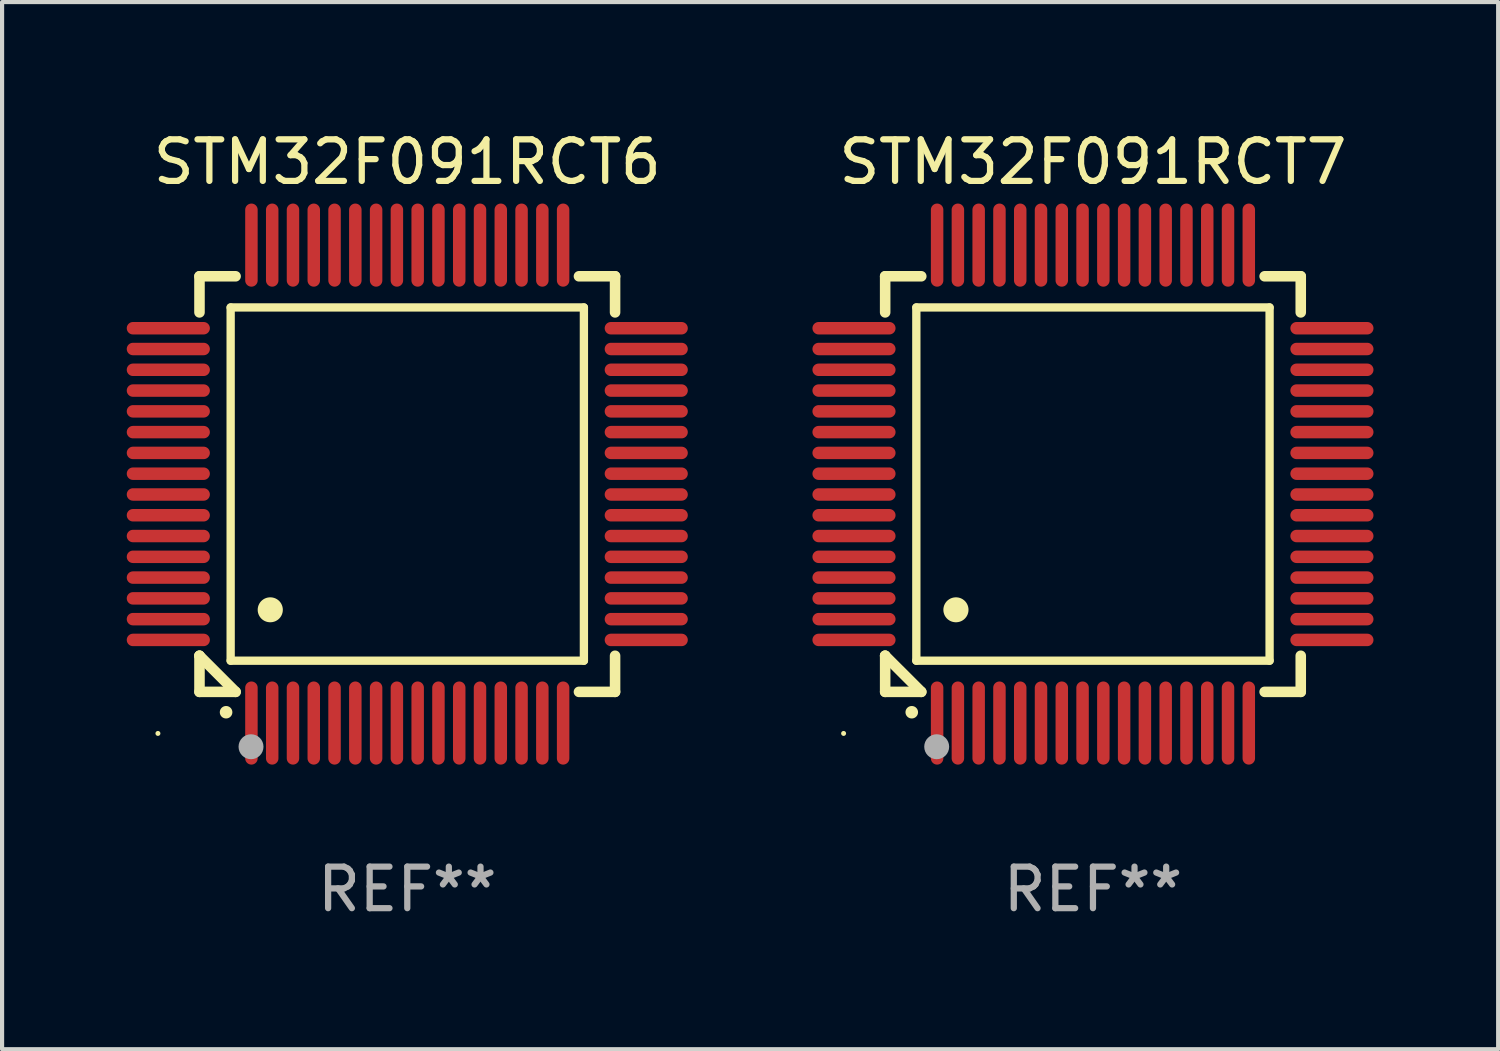
<source format=kicad_pcb>
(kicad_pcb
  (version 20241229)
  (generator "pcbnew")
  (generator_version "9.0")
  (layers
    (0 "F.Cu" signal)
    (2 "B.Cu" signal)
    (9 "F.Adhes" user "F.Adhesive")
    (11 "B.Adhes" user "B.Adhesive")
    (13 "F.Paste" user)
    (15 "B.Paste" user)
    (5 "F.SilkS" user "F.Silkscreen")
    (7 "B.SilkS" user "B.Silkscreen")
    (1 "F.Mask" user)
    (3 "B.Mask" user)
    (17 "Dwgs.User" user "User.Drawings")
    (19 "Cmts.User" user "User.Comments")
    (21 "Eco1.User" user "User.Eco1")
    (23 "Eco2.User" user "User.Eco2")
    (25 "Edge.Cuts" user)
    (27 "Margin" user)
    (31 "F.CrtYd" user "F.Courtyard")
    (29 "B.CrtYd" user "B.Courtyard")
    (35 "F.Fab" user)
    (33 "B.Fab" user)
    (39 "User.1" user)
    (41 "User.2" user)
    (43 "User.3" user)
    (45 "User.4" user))
  (footprint "STM32F091RCT6"
    (layer "F.Cu")
    (at 6.75 8.598)
    (property "Reference" "STM32F091RCT6" (at 0 -7.75 0) (layer "F.SilkS") (effects (font (size 1 1) (thickness 0.15))))
    (attr through_hole)
    (fp_line (start -5 -5) (end -4.131 -5) (stroke (width 0.254) (type solid)) (layer "F.SilkS"))
    (fp_line (start -5 -4.131) (end -5 -5) (stroke (width 0.254) (type solid)) (layer "F.SilkS"))
    (fp_line (start -5 4.131) (end -5 4.131) (stroke (width 0.254) (type solid)) (layer "F.SilkS"))
    (fp_line (start -5 5) (end -5 4.131) (stroke (width 0.254) (type solid)) (layer "F.SilkS"))
    (fp_line (start -5 4.131) (end -4.131 5) (stroke (width 0.254) (type solid)) (layer "F.SilkS"))
    (fp_line (start -4.25 -4.25) (end -4.25 4.25) (stroke (width 0.2) (type solid)) (layer "F.SilkS"))
    (fp_line (start -4.25 4.25) (end 4.25 4.25) (stroke (width 0.2) (type solid)) (layer "F.SilkS"))
    (fp_line (start -4.131 5) (end -5 5) (stroke (width 0.254) (type solid)) (layer "F.SilkS"))
    (fp_line (start 4.25 -4.25) (end -4.25 -4.25) (stroke (width 0.2) (type solid)) (layer "F.SilkS"))
    (fp_line (start 4.25 4.25) (end 4.25 -4.25) (stroke (width 0.2) (type solid)) (layer "F.SilkS"))
    (fp_line (start 5 -5) (end 4.131 -5) (stroke (width 0.254) (type solid)) (layer "F.SilkS"))
    (fp_line (start 5 -5) (end 5 -4.131) (stroke (width 0.254) (type solid)) (layer "F.SilkS"))
    (fp_line (start 5 4.131) (end 5 5) (stroke (width 0.254) (type solid)) (layer "F.SilkS"))
    (fp_line (start 5 5) (end 4.131 5) (stroke (width 0.254) (type solid)) (layer "F.SilkS"))
    (fp_arc (start -4.361265 5.489992) (mid -4.359995 5.489987) (end -4.358725 5.489992) (stroke (width 0.3) (type solid)) (layer "F.SilkS"))
    (fp_arc (start -3.299467 3.025146) (mid -3.296927 3.025135) (end -3.294387 3.025146) (stroke (width 0.6) (type solid)) (layer "F.SilkS"))
    (fp_circle (center -6 6) (end -5.97 6) (stroke (width 0.06) (type solid)) (fill no) (layer "F.SilkS"))
    (fp_circle (center -3.76 6.32) (end -3.61 6.32) (stroke (width 0.3) (type solid)) (fill no) (layer "F.Fab"))
    (fp_text user "REF**" (at 0 9.75 0) (layer "F.Fab") (effects (font (size 1 1) (thickness 0.15))))
    (pad "1" smd oval (at -3.75 5.75) (size 0.3 2) (layers "F.Cu" "F.Mask" "F.Paste"))
    (pad "2" smd oval (at -3.25 5.75) (size 0.3 2) (layers "F.Cu" "F.Mask" "F.Paste"))
    (pad "3" smd oval (at -2.75 5.75) (size 0.3 2) (layers "F.Cu" "F.Mask" "F.Paste"))
    (pad "4" smd oval (at -2.25 5.75) (size 0.3 2) (layers "F.Cu" "F.Mask" "F.Paste"))
    (pad "5" smd oval (at -1.75 5.75) (size 0.3 2) (layers "F.Cu" "F.Mask" "F.Paste"))
    (pad "6" smd oval (at -1.25 5.75) (size 0.3 2) (layers "F.Cu" "F.Mask" "F.Paste"))
    (pad "7" smd oval (at -0.75 5.75) (size 0.3 2) (layers "F.Cu" "F.Mask" "F.Paste"))
    (pad "8" smd oval (at -0.25 5.75) (size 0.3 2) (layers "F.Cu" "F.Mask" "F.Paste"))
    (pad "9" smd oval (at 0.25 5.75) (size 0.3 2) (layers "F.Cu" "F.Mask" "F.Paste"))
    (pad "10" smd oval (at 0.75 5.75) (size 0.3 2) (layers "F.Cu" "F.Mask" "F.Paste"))
    (pad "11" smd oval (at 1.25 5.75) (size 0.3 2) (layers "F.Cu" "F.Mask" "F.Paste"))
    (pad "12" smd oval (at 1.75 5.75) (size 0.3 2) (layers "F.Cu" "F.Mask" "F.Paste"))
    (pad "13" smd oval (at 2.25 5.75) (size 0.3 2) (layers "F.Cu" "F.Mask" "F.Paste"))
    (pad "14" smd oval (at 2.75 5.75) (size 0.3 2) (layers "F.Cu" "F.Mask" "F.Paste"))
    (pad "15" smd oval (at 3.25 5.75) (size 0.3 2) (layers "F.Cu" "F.Mask" "F.Paste"))
    (pad "16" smd oval (at 3.75 5.75) (size 0.3 2) (layers "F.Cu" "F.Mask" "F.Paste"))
    (pad "17" smd oval (at 5.75 3.75) (size 2 0.3) (layers "F.Cu" "F.Mask" "F.Paste"))
    (pad "18" smd oval (at 5.75 3.25) (size 2 0.3) (layers "F.Cu" "F.Mask" "F.Paste"))
    (pad "19" smd oval (at 5.75 2.75) (size 2 0.3) (layers "F.Cu" "F.Mask" "F.Paste"))
    (pad "20" smd oval (at 5.75 2.25) (size 2 0.3) (layers "F.Cu" "F.Mask" "F.Paste"))
    (pad "21" smd oval (at 5.75 1.75) (size 2 0.3) (layers "F.Cu" "F.Mask" "F.Paste"))
    (pad "22" smd oval (at 5.75 1.25) (size 2 0.3) (layers "F.Cu" "F.Mask" "F.Paste"))
    (pad "23" smd oval (at 5.75 0.75) (size 2 0.3) (layers "F.Cu" "F.Mask" "F.Paste"))
    (pad "24" smd oval (at 5.75 0.25) (size 2 0.3) (layers "F.Cu" "F.Mask" "F.Paste"))
    (pad "25" smd oval (at 5.75 -0.25) (size 2 0.3) (layers "F.Cu" "F.Mask" "F.Paste"))
    (pad "26" smd oval (at 5.75 -0.75) (size 2 0.3) (layers "F.Cu" "F.Mask" "F.Paste"))
    (pad "27" smd oval (at 5.75 -1.25) (size 2 0.3) (layers "F.Cu" "F.Mask" "F.Paste"))
    (pad "28" smd oval (at 5.75 -1.75) (size 2 0.3) (layers "F.Cu" "F.Mask" "F.Paste"))
    (pad "29" smd oval (at 5.75 -2.25) (size 2 0.3) (layers "F.Cu" "F.Mask" "F.Paste"))
    (pad "30" smd oval (at 5.75 -2.75) (size 2 0.3) (layers "F.Cu" "F.Mask" "F.Paste"))
    (pad "31" smd oval (at 5.75 -3.25) (size 2 0.3) (layers "F.Cu" "F.Mask" "F.Paste"))
    (pad "32" smd oval (at 5.75 -3.75) (size 2 0.3) (layers "F.Cu" "F.Mask" "F.Paste"))
    (pad "33" smd oval (at 3.75 -5.75) (size 0.3 2) (layers "F.Cu" "F.Mask" "F.Paste"))
    (pad "34" smd oval (at 3.25 -5.75) (size 0.3 2) (layers "F.Cu" "F.Mask" "F.Paste"))
    (pad "35" smd oval (at 2.75 -5.75) (size 0.3 2) (layers "F.Cu" "F.Mask" "F.Paste"))
    (pad "36" smd oval (at 2.25 -5.75) (size 0.3 2) (layers "F.Cu" "F.Mask" "F.Paste"))
    (pad "37" smd oval (at 1.75 -5.75) (size 0.3 2) (layers "F.Cu" "F.Mask" "F.Paste"))
    (pad "38" smd oval (at 1.25 -5.75) (size 0.3 2) (layers "F.Cu" "F.Mask" "F.Paste"))
    (pad "39" smd oval (at 0.75 -5.75) (size 0.3 2) (layers "F.Cu" "F.Mask" "F.Paste"))
    (pad "40" smd oval (at 0.25 -5.75) (size 0.3 2) (layers "F.Cu" "F.Mask" "F.Paste"))
    (pad "41" smd oval (at -0.25 -5.75) (size 0.3 2) (layers "F.Cu" "F.Mask" "F.Paste"))
    (pad "42" smd oval (at -0.75 -5.75) (size 0.3 2) (layers "F.Cu" "F.Mask" "F.Paste"))
    (pad "43" smd oval (at -1.25 -5.75) (size 0.3 2) (layers "F.Cu" "F.Mask" "F.Paste"))
    (pad "44" smd oval (at -1.75 -5.75) (size 0.3 2) (layers "F.Cu" "F.Mask" "F.Paste"))
    (pad "45" smd oval (at -2.25 -5.75) (size 0.3 2) (layers "F.Cu" "F.Mask" "F.Paste"))
    (pad "46" smd oval (at -2.75 -5.75) (size 0.3 2) (layers "F.Cu" "F.Mask" "F.Paste"))
    (pad "47" smd oval (at -3.25 -5.75) (size 0.3 2) (layers "F.Cu" "F.Mask" "F.Paste"))
    (pad "48" smd oval (at -3.75 -5.75) (size 0.3 2) (layers "F.Cu" "F.Mask" "F.Paste"))
    (pad "49" smd oval (at -5.75 -3.75) (size 2 0.3) (layers "F.Cu" "F.Mask" "F.Paste"))
    (pad "50" smd oval (at -5.75 -3.25) (size 2 0.3) (layers "F.Cu" "F.Mask" "F.Paste"))
    (pad "51" smd oval (at -5.75 -2.75) (size 2 0.3) (layers "F.Cu" "F.Mask" "F.Paste"))
    (pad "52" smd oval (at -5.75 -2.25) (size 2 0.3) (layers "F.Cu" "F.Mask" "F.Paste"))
    (pad "53" smd oval (at -5.75 -1.75) (size 2 0.3) (layers "F.Cu" "F.Mask" "F.Paste"))
    (pad "54" smd oval (at -5.75 -1.25) (size 2 0.3) (layers "F.Cu" "F.Mask" "F.Paste"))
    (pad "55" smd oval (at -5.75 -0.75) (size 2 0.3) (layers "F.Cu" "F.Mask" "F.Paste"))
    (pad "56" smd oval (at -5.75 -0.25) (size 2 0.3) (layers "F.Cu" "F.Mask" "F.Paste"))
    (pad "57" smd oval (at -5.75 0.25) (size 2 0.3) (layers "F.Cu" "F.Mask" "F.Paste"))
    (pad "58" smd oval (at -5.75 0.75) (size 2 0.3) (layers "F.Cu" "F.Mask" "F.Paste"))
    (pad "59" smd oval (at -5.75 1.25) (size 2 0.3) (layers "F.Cu" "F.Mask" "F.Paste"))
    (pad "60" smd oval (at -5.75 1.75) (size 2 0.3) (layers "F.Cu" "F.Mask" "F.Paste"))
    (pad "61" smd oval (at -5.75 2.25) (size 2 0.3) (layers "F.Cu" "F.Mask" "F.Paste"))
    (pad "62" smd oval (at -5.75 2.75) (size 2 0.3) (layers "F.Cu" "F.Mask" "F.Paste"))
    (pad "63" smd oval (at -5.75 3.25) (size 2 0.3) (layers "F.Cu" "F.Mask" "F.Paste"))
    (pad "64" smd oval (at -5.75 3.75) (size 2 0.3) (layers "F.Cu" "F.Mask" "F.Paste")))
  (footprint "STM32F091RCT7"
    (layer "F.Cu")
    (at 23.249 8.598)
    (property "Reference" "STM32F091RCT7" (at 0 -7.75 0) (layer "F.SilkS") (effects (font (size 1 1) (thickness 0.15))))
    (attr through_hole)
    (fp_line (start -5 -5) (end -4.131 -5) (stroke (width 0.254) (type solid)) (layer "F.SilkS"))
    (fp_line (start -5 -4.131) (end -5 -5) (stroke (width 0.254) (type solid)) (layer "F.SilkS"))
    (fp_line (start -5 4.131) (end -5 4.131) (stroke (width 0.254) (type solid)) (layer "F.SilkS"))
    (fp_line (start -5 5) (end -5 4.131) (stroke (width 0.254) (type solid)) (layer "F.SilkS"))
    (fp_line (start -5 4.131) (end -4.131 5) (stroke (width 0.254) (type solid)) (layer "F.SilkS"))
    (fp_line (start -4.25 -4.25) (end -4.25 4.25) (stroke (width 0.2) (type solid)) (layer "F.SilkS"))
    (fp_line (start -4.25 4.25) (end 4.25 4.25) (stroke (width 0.2) (type solid)) (layer "F.SilkS"))
    (fp_line (start -4.131 5) (end -5 5) (stroke (width 0.254) (type solid)) (layer "F.SilkS"))
    (fp_line (start 4.25 -4.25) (end -4.25 -4.25) (stroke (width 0.2) (type solid)) (layer "F.SilkS"))
    (fp_line (start 4.25 4.25) (end 4.25 -4.25) (stroke (width 0.2) (type solid)) (layer "F.SilkS"))
    (fp_line (start 5 -5) (end 4.131 -5) (stroke (width 0.254) (type solid)) (layer "F.SilkS"))
    (fp_line (start 5 -5) (end 5 -4.131) (stroke (width 0.254) (type solid)) (layer "F.SilkS"))
    (fp_line (start 5 4.131) (end 5 5) (stroke (width 0.254) (type solid)) (layer "F.SilkS"))
    (fp_line (start 5 5) (end 4.131 5) (stroke (width 0.254) (type solid)) (layer "F.SilkS"))
    (fp_arc (start -4.361265 5.489992) (mid -4.359995 5.489987) (end -4.358725 5.489992) (stroke (width 0.3) (type solid)) (layer "F.SilkS"))
    (fp_arc (start -3.299467 3.025146) (mid -3.296927 3.025135) (end -3.294387 3.025146) (stroke (width 0.6) (type solid)) (layer "F.SilkS"))
    (fp_circle (center -6 6) (end -5.97 6) (stroke (width 0.06) (type solid)) (fill no) (layer "F.SilkS"))
    (fp_circle (center -3.76 6.32) (end -3.61 6.32) (stroke (width 0.3) (type solid)) (fill no) (layer "F.Fab"))
    (fp_text user "REF**" (at 0 9.75 0) (layer "F.Fab") (effects (font (size 1 1) (thickness 0.15))))
    (pad "1" smd oval (at -3.75 5.75) (size 0.3 2) (layers "F.Cu" "F.Mask" "F.Paste"))
    (pad "2" smd oval (at -3.25 5.75) (size 0.3 2) (layers "F.Cu" "F.Mask" "F.Paste"))
    (pad "3" smd oval (at -2.75 5.75) (size 0.3 2) (layers "F.Cu" "F.Mask" "F.Paste"))
    (pad "4" smd oval (at -2.25 5.75) (size 0.3 2) (layers "F.Cu" "F.Mask" "F.Paste"))
    (pad "5" smd oval (at -1.75 5.75) (size 0.3 2) (layers "F.Cu" "F.Mask" "F.Paste"))
    (pad "6" smd oval (at -1.25 5.75) (size 0.3 2) (layers "F.Cu" "F.Mask" "F.Paste"))
    (pad "7" smd oval (at -0.75 5.75) (size 0.3 2) (layers "F.Cu" "F.Mask" "F.Paste"))
    (pad "8" smd oval (at -0.25 5.75) (size 0.3 2) (layers "F.Cu" "F.Mask" "F.Paste"))
    (pad "9" smd oval (at 0.25 5.75) (size 0.3 2) (layers "F.Cu" "F.Mask" "F.Paste"))
    (pad "10" smd oval (at 0.75 5.75) (size 0.3 2) (layers "F.Cu" "F.Mask" "F.Paste"))
    (pad "11" smd oval (at 1.25 5.75) (size 0.3 2) (layers "F.Cu" "F.Mask" "F.Paste"))
    (pad "12" smd oval (at 1.75 5.75) (size 0.3 2) (layers "F.Cu" "F.Mask" "F.Paste"))
    (pad "13" smd oval (at 2.25 5.75) (size 0.3 2) (layers "F.Cu" "F.Mask" "F.Paste"))
    (pad "14" smd oval (at 2.75 5.75) (size 0.3 2) (layers "F.Cu" "F.Mask" "F.Paste"))
    (pad "15" smd oval (at 3.25 5.75) (size 0.3 2) (layers "F.Cu" "F.Mask" "F.Paste"))
    (pad "16" smd oval (at 3.75 5.75) (size 0.3 2) (layers "F.Cu" "F.Mask" "F.Paste"))
    (pad "17" smd oval (at 5.75 3.75) (size 2 0.3) (layers "F.Cu" "F.Mask" "F.Paste"))
    (pad "18" smd oval (at 5.75 3.25) (size 2 0.3) (layers "F.Cu" "F.Mask" "F.Paste"))
    (pad "19" smd oval (at 5.75 2.75) (size 2 0.3) (layers "F.Cu" "F.Mask" "F.Paste"))
    (pad "20" smd oval (at 5.75 2.25) (size 2 0.3) (layers "F.Cu" "F.Mask" "F.Paste"))
    (pad "21" smd oval (at 5.75 1.75) (size 2 0.3) (layers "F.Cu" "F.Mask" "F.Paste"))
    (pad "22" smd oval (at 5.75 1.25) (size 2 0.3) (layers "F.Cu" "F.Mask" "F.Paste"))
    (pad "23" smd oval (at 5.75 0.75) (size 2 0.3) (layers "F.Cu" "F.Mask" "F.Paste"))
    (pad "24" smd oval (at 5.75 0.25) (size 2 0.3) (layers "F.Cu" "F.Mask" "F.Paste"))
    (pad "25" smd oval (at 5.75 -0.25) (size 2 0.3) (layers "F.Cu" "F.Mask" "F.Paste"))
    (pad "26" smd oval (at 5.75 -0.75) (size 2 0.3) (layers "F.Cu" "F.Mask" "F.Paste"))
    (pad "27" smd oval (at 5.75 -1.25) (size 2 0.3) (layers "F.Cu" "F.Mask" "F.Paste"))
    (pad "28" smd oval (at 5.75 -1.75) (size 2 0.3) (layers "F.Cu" "F.Mask" "F.Paste"))
    (pad "29" smd oval (at 5.75 -2.25) (size 2 0.3) (layers "F.Cu" "F.Mask" "F.Paste"))
    (pad "30" smd oval (at 5.75 -2.75) (size 2 0.3) (layers "F.Cu" "F.Mask" "F.Paste"))
    (pad "31" smd oval (at 5.75 -3.25) (size 2 0.3) (layers "F.Cu" "F.Mask" "F.Paste"))
    (pad "32" smd oval (at 5.75 -3.75) (size 2 0.3) (layers "F.Cu" "F.Mask" "F.Paste"))
    (pad "33" smd oval (at 3.75 -5.75) (size 0.3 2) (layers "F.Cu" "F.Mask" "F.Paste"))
    (pad "34" smd oval (at 3.25 -5.75) (size 0.3 2) (layers "F.Cu" "F.Mask" "F.Paste"))
    (pad "35" smd oval (at 2.75 -5.75) (size 0.3 2) (layers "F.Cu" "F.Mask" "F.Paste"))
    (pad "36" smd oval (at 2.25 -5.75) (size 0.3 2) (layers "F.Cu" "F.Mask" "F.Paste"))
    (pad "37" smd oval (at 1.75 -5.75) (size 0.3 2) (layers "F.Cu" "F.Mask" "F.Paste"))
    (pad "38" smd oval (at 1.25 -5.75) (size 0.3 2) (layers "F.Cu" "F.Mask" "F.Paste"))
    (pad "39" smd oval (at 0.75 -5.75) (size 0.3 2) (layers "F.Cu" "F.Mask" "F.Paste"))
    (pad "40" smd oval (at 0.25 -5.75) (size 0.3 2) (layers "F.Cu" "F.Mask" "F.Paste"))
    (pad "41" smd oval (at -0.25 -5.75) (size 0.3 2) (layers "F.Cu" "F.Mask" "F.Paste"))
    (pad "42" smd oval (at -0.75 -5.75) (size 0.3 2) (layers "F.Cu" "F.Mask" "F.Paste"))
    (pad "43" smd oval (at -1.25 -5.75) (size 0.3 2) (layers "F.Cu" "F.Mask" "F.Paste"))
    (pad "44" smd oval (at -1.75 -5.75) (size 0.3 2) (layers "F.Cu" "F.Mask" "F.Paste"))
    (pad "45" smd oval (at -2.25 -5.75) (size 0.3 2) (layers "F.Cu" "F.Mask" "F.Paste"))
    (pad "46" smd oval (at -2.75 -5.75) (size 0.3 2) (layers "F.Cu" "F.Mask" "F.Paste"))
    (pad "47" smd oval (at -3.25 -5.75) (size 0.3 2) (layers "F.Cu" "F.Mask" "F.Paste"))
    (pad "48" smd oval (at -3.75 -5.75) (size 0.3 2) (layers "F.Cu" "F.Mask" "F.Paste"))
    (pad "49" smd oval (at -5.75 -3.75) (size 2 0.3) (layers "F.Cu" "F.Mask" "F.Paste"))
    (pad "50" smd oval (at -5.75 -3.25) (size 2 0.3) (layers "F.Cu" "F.Mask" "F.Paste"))
    (pad "51" smd oval (at -5.75 -2.75) (size 2 0.3) (layers "F.Cu" "F.Mask" "F.Paste"))
    (pad "52" smd oval (at -5.75 -2.25) (size 2 0.3) (layers "F.Cu" "F.Mask" "F.Paste"))
    (pad "53" smd oval (at -5.75 -1.75) (size 2 0.3) (layers "F.Cu" "F.Mask" "F.Paste"))
    (pad "54" smd oval (at -5.75 -1.25) (size 2 0.3) (layers "F.Cu" "F.Mask" "F.Paste"))
    (pad "55" smd oval (at -5.75 -0.75) (size 2 0.3) (layers "F.Cu" "F.Mask" "F.Paste"))
    (pad "56" smd oval (at -5.75 -0.25) (size 2 0.3) (layers "F.Cu" "F.Mask" "F.Paste"))
    (pad "57" smd oval (at -5.75 0.25) (size 2 0.3) (layers "F.Cu" "F.Mask" "F.Paste"))
    (pad "58" smd oval (at -5.75 0.75) (size 2 0.3) (layers "F.Cu" "F.Mask" "F.Paste"))
    (pad "59" smd oval (at -5.75 1.25) (size 2 0.3) (layers "F.Cu" "F.Mask" "F.Paste"))
    (pad "60" smd oval (at -5.75 1.75) (size 2 0.3) (layers "F.Cu" "F.Mask" "F.Paste"))
    (pad "61" smd oval (at -5.75 2.25) (size 2 0.3) (layers "F.Cu" "F.Mask" "F.Paste"))
    (pad "62" smd oval (at -5.75 2.75) (size 2 0.3) (layers "F.Cu" "F.Mask" "F.Paste"))
    (pad "63" smd oval (at -5.75 3.25) (size 2 0.3) (layers "F.Cu" "F.Mask" "F.Paste"))
    (pad "64" smd oval (at -5.75 3.75) (size 2 0.3) (layers "F.Cu" "F.Mask" "F.Paste")))
  (gr_rect
    (start -3 -3)
    (end 32.999 22.196)
    (stroke (width 0.1) (type default))
    (fill no)
    (layer "Edge.Cuts")))
</source>
